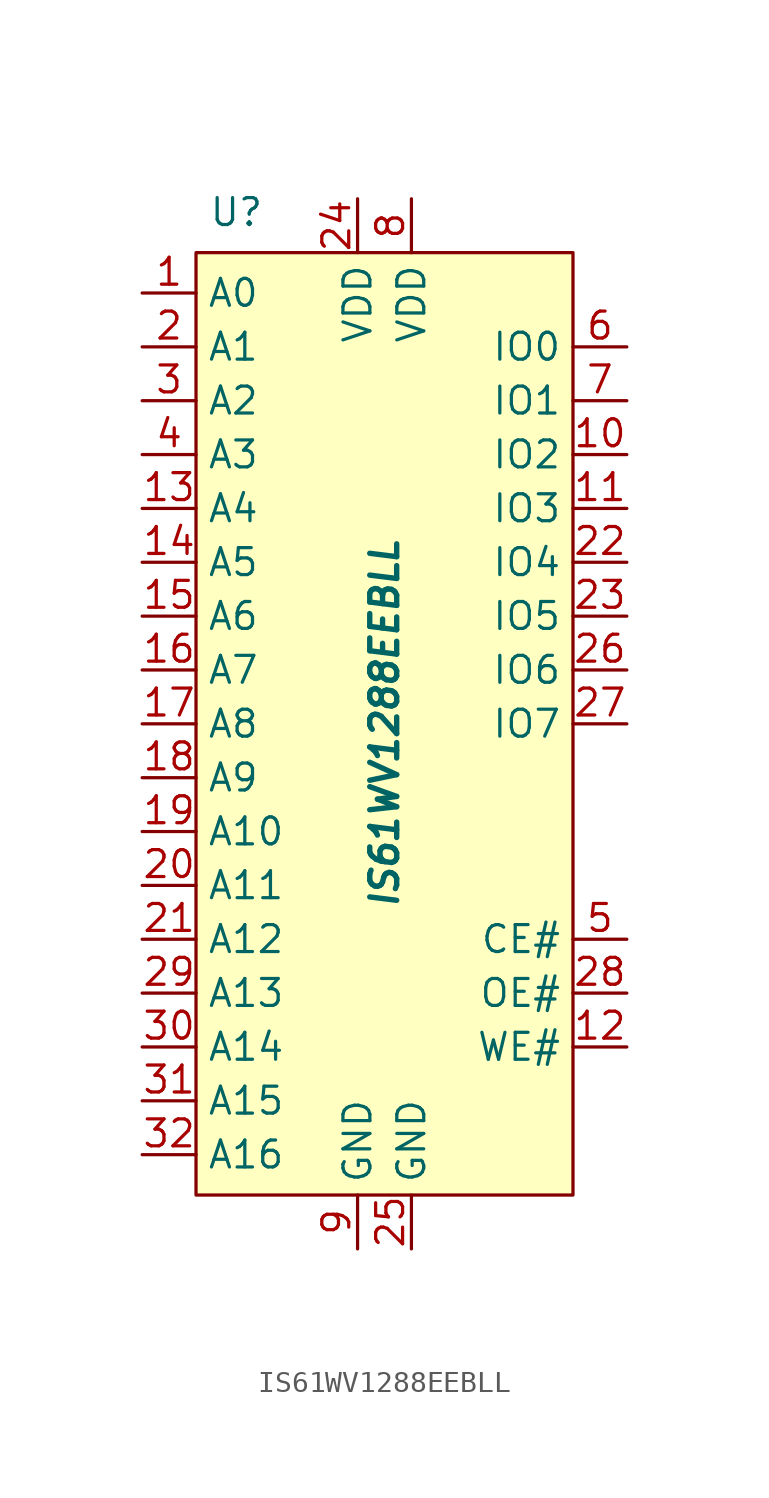
<source format=kicad_sym>
(kicad_symbol_lib
  (version 20211014)
  (generator kicad_symbol_editor)
  (symbol "IS61WV1288EEBLL"
    (property "Reference" "U"
      (at -6.985 12.7 0)
      (effects (font (size 1.27 1.27))))
    (property "Value" "IS61WV1288EEBLL"
      (at 0 -11.43 90)
      (effects (font (size 1.27 1.27) bold italic)))
    (symbol "IS61WV1288EEBLL_0_0"
      (rectangle (start -8.89 10.795) (end 8.89 -33.655) (stroke (width 0) (type default) (color 0 0 0 0)) (fill (type background)))
      (pin input line (at -11.43 8.89 0) (length 2.54) (name "A0" (effects (font (size 1.27 1.27)))) (number "1" (effects (font (size 1.27 1.27)))))
      (pin bidirectional line (at 11.43 1.27 180) (length 2.54) (name "IO2" (effects (font (size 1.27 1.27)))) (number "10" (effects (font (size 1.27 1.27)))))
      (pin bidirectional line (at 11.43 -1.27 180) (length 2.54) (name "IO3" (effects (font (size 1.27 1.27)))) (number "11" (effects (font (size 1.27 1.27)))))
      (pin input line (at 11.43 -26.67 180) (length 2.54) (name "WE#" (effects (font (size 1.27 1.27)))) (number "12" (effects (font (size 1.27 1.27)))))
      (pin input line (at -11.43 -1.27 0) (length 2.54) (name "A4" (effects (font (size 1.27 1.27)))) (number "13" (effects (font (size 1.27 1.27)))))
      (pin input line (at -11.43 -3.81 0) (length 2.54) (name "A5" (effects (font (size 1.27 1.27)))) (number "14" (effects (font (size 1.27 1.27)))))
      (pin input line (at -11.43 -6.35 0) (length 2.54) (name "A6" (effects (font (size 1.27 1.27)))) (number "15" (effects (font (size 1.27 1.27)))))
      (pin input line (at -11.43 -8.89 0) (length 2.54) (name "A7" (effects (font (size 1.27 1.27)))) (number "16" (effects (font (size 1.27 1.27)))))
      (pin input line (at -11.43 -11.43 0) (length 2.54) (name "A8" (effects (font (size 1.27 1.27)))) (number "17" (effects (font (size 1.27 1.27)))))
      (pin input line (at -11.43 -13.97 0) (length 2.54) (name "A9" (effects (font (size 1.27 1.27)))) (number "18" (effects (font (size 1.27 1.27)))))
      (pin input line (at -11.43 -16.51 0) (length 2.54) (name "A10" (effects (font (size 1.27 1.27)))) (number "19" (effects (font (size 1.27 1.27)))))
      (pin input line (at -11.43 6.35 0) (length 2.54) (name "A1" (effects (font (size 1.27 1.27)))) (number "2" (effects (font (size 1.27 1.27)))))
      (pin input line (at -11.43 -19.05 0) (length 2.54) (name "A11" (effects (font (size 1.27 1.27)))) (number "20" (effects (font (size 1.27 1.27)))))
      (pin input line (at -11.43 -21.59 0) (length 2.54) (name "A12" (effects (font (size 1.27 1.27)))) (number "21" (effects (font (size 1.27 1.27)))))
      (pin bidirectional line (at 11.43 -3.81 180) (length 2.54) (name "IO4" (effects (font (size 1.27 1.27)))) (number "22" (effects (font (size 1.27 1.27)))))
      (pin bidirectional line (at 11.43 -6.35 180) (length 2.54) (name "IO5" (effects (font (size 1.27 1.27)))) (number "23" (effects (font (size 1.27 1.27)))))
      (pin power_in line (at -1.27 13.335 270) (length 2.54) (name "VDD" (effects (font (size 1.27 1.27)))) (number "24" (effects (font (size 1.27 1.27)))))
      (pin power_in line (at 1.27 -36.195 90) (length 2.54) (name "GND" (effects (font (size 1.27 1.27)))) (number "25" (effects (font (size 1.27 1.27)))))
      (pin bidirectional line (at 11.43 -8.89 180) (length 2.54) (name "IO6" (effects (font (size 1.27 1.27)))) (number "26" (effects (font (size 1.27 1.27)))))
      (pin bidirectional line (at 11.43 -11.43 180) (length 2.54) (name "IO7" (effects (font (size 1.27 1.27)))) (number "27" (effects (font (size 1.27 1.27)))))
      (pin input line (at 11.43 -24.13 180) (length 2.54) (name "OE#" (effects (font (size 1.27 1.27)))) (number "28" (effects (font (size 1.27 1.27)))))
      (pin input line (at -11.43 -24.13 0) (length 2.54) (name "A13" (effects (font (size 1.27 1.27)))) (number "29" (effects (font (size 1.27 1.27)))))
      (pin input line (at -11.43 3.81 0) (length 2.54) (name "A2" (effects (font (size 1.27 1.27)))) (number "3" (effects (font (size 1.27 1.27)))))
      (pin input line (at -11.43 -26.67 0) (length 2.54) (name "A14" (effects (font (size 1.27 1.27)))) (number "30" (effects (font (size 1.27 1.27)))))
      (pin input line (at -11.43 -29.21 0) (length 2.54) (name "A15" (effects (font (size 1.27 1.27)))) (number "31" (effects (font (size 1.27 1.27)))))
      (pin input line (at -11.43 -31.75 0) (length 2.54) (name "A16" (effects (font (size 1.27 1.27)))) (number "32" (effects (font (size 1.27 1.27)))))
      (pin input line (at -11.43 1.27 0) (length 2.54) (name "A3" (effects (font (size 1.27 1.27)))) (number "4" (effects (font (size 1.27 1.27)))))
      (pin input line (at 11.43 -21.59 180) (length 2.54) (name "CE#" (effects (font (size 1.27 1.27)))) (number "5" (effects (font (size 1.27 1.27)))))
      (pin bidirectional line (at 11.43 6.35 180) (length 2.54) (name "IO0" (effects (font (size 1.27 1.27)))) (number "6" (effects (font (size 1.27 1.27)))))
      (pin bidirectional line (at 11.43 3.81 180) (length 2.54) (name "IO1" (effects (font (size 1.27 1.27)))) (number "7" (effects (font (size 1.27 1.27)))))
      (pin power_in line (at 1.27 13.335 270) (length 2.54) (name "VDD" (effects (font (size 1.27 1.27)))) (number "8" (effects (font (size 1.27 1.27)))))
      (pin power_in line (at -1.27 -36.195 90) (length 2.54) (name "GND" (effects (font (size 1.27 1.27)))) (number "9" (effects (font (size 1.27 1.27))))))))
</source>
